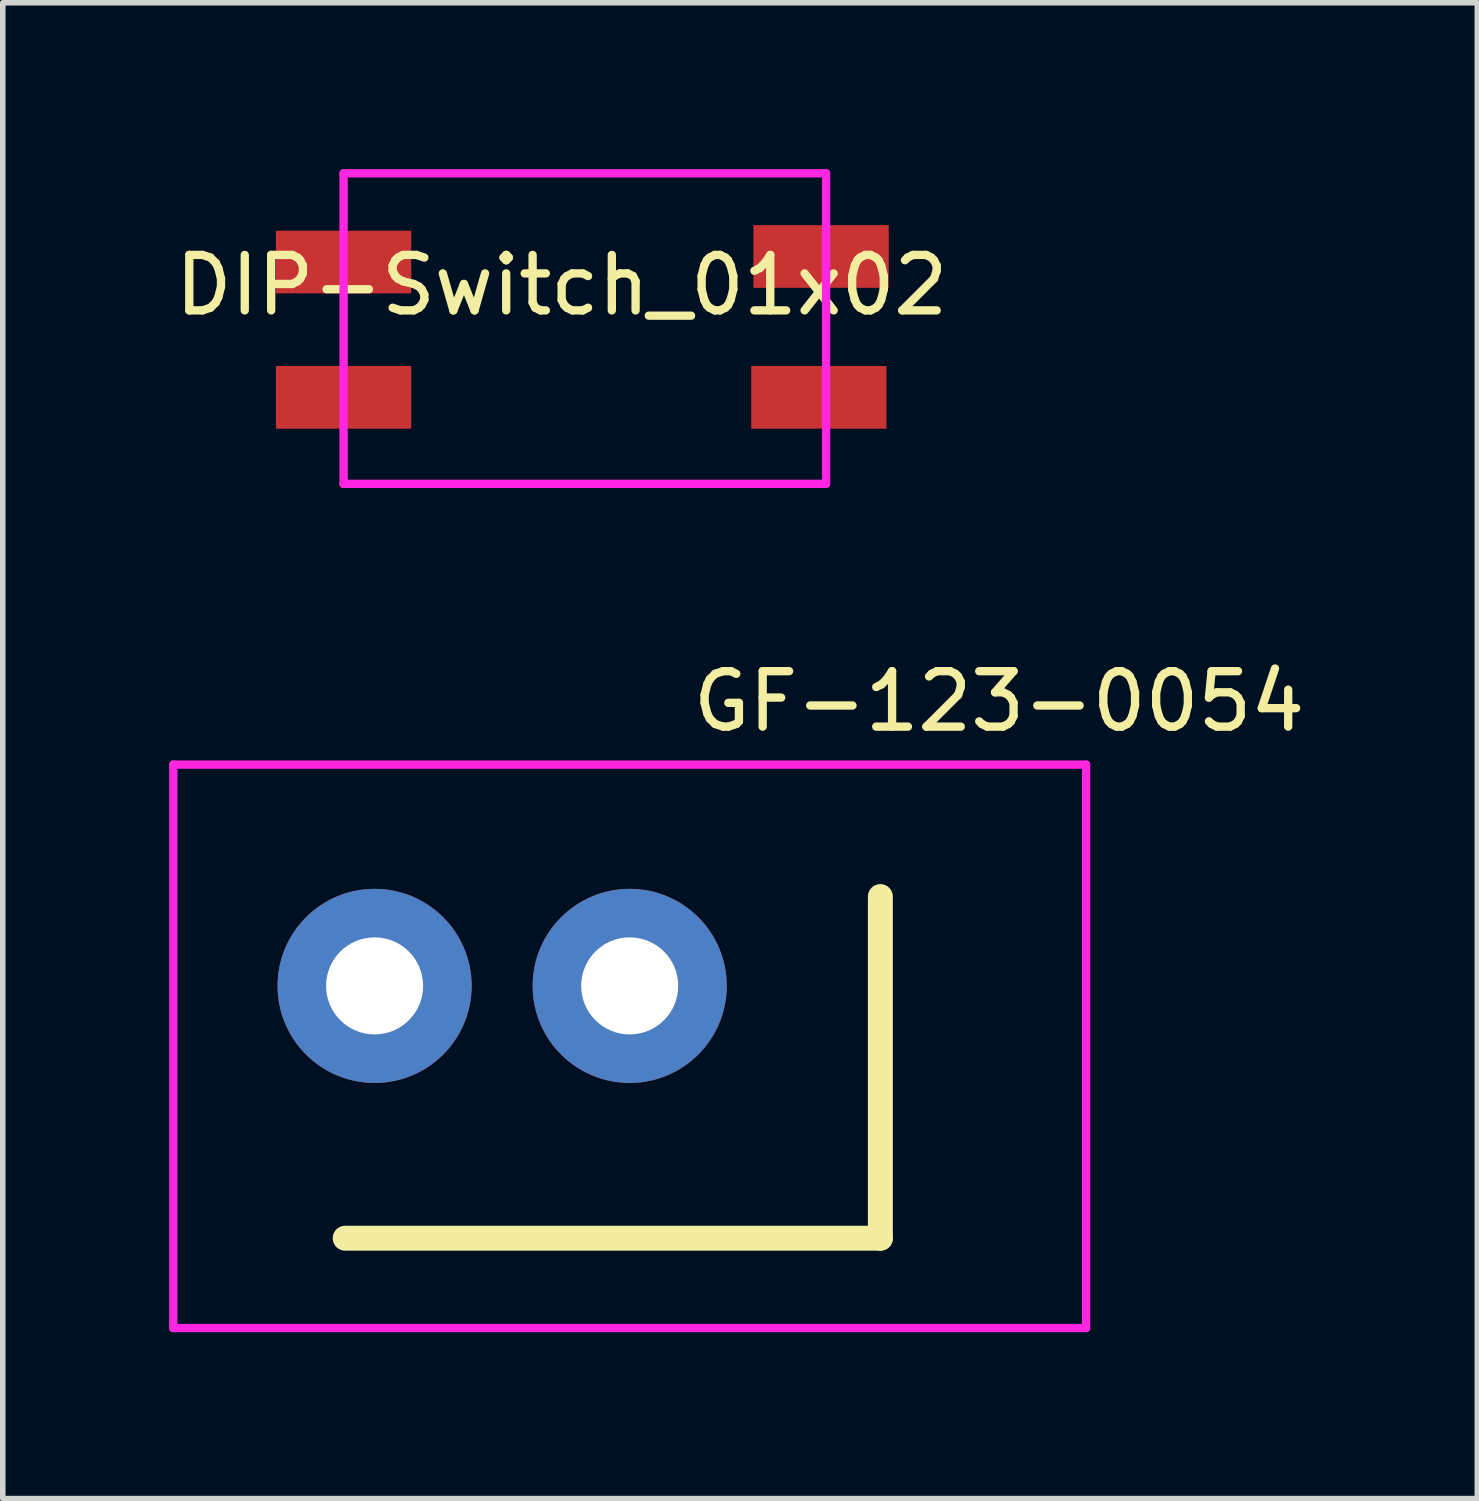
<source format=kicad_pcb>
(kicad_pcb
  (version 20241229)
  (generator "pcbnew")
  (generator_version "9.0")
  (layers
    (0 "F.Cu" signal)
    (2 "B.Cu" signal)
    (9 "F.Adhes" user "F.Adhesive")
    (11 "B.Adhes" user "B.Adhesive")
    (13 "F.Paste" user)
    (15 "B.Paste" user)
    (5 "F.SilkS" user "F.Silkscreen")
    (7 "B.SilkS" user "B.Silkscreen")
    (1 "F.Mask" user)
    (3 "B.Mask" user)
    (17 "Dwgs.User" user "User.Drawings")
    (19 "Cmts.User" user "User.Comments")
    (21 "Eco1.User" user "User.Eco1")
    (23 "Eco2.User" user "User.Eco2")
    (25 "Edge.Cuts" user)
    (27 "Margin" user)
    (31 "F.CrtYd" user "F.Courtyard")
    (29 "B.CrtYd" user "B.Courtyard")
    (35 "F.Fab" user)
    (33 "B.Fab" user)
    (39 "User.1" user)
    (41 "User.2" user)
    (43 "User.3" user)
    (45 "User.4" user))
  (footprint "DIP-Switch_01x02"
    (layer "F.Cu")
    (at 3.146 1.575)
    (property "Reference" "DIP-Switch_01x02" (at 3.932 0.517 0) (layer "F.SilkS") (effects (font (size 1 1) (thickness 0.15))))
    (attr through_hole)
    (fp_line (start 0 -1.5) (end 8.7 -1.5) (stroke (width 0.15) (type solid)) (layer "F.CrtYd"))
    (fp_line (start 0 4.1) (end 0 -1.5) (stroke (width 0.15) (type solid)) (layer "F.CrtYd"))
    (fp_line (start 8.7 -1.5) (end 8.7 4.1) (stroke (width 0.15) (type solid)) (layer "F.CrtYd"))
    (fp_line (start 8.7 4.1) (end 0 4.1) (stroke (width 0.15) (type solid)) (layer "F.CrtYd"))
    (pad "1" smd rect (at 0 0.1 90) (size 1.13 2.44) (layers "F.Cu" "F.Mask" "F.Paste"))
    (pad "2" smd rect (at 0 2.54 90) (size 1.13 2.44) (layers "F.Cu" "F.Mask" "F.Paste"))
    (pad "3" smd rect (at 8.57 2.54 90) (size 1.13 2.44) (layers "F.Cu" "F.Mask" "F.Paste"))
    (pad "4" smd rect (at 8.61 0 90) (size 1.13 2.44) (layers "F.Cu" "F.Mask" "F.Paste")))
  (footprint "GF-123-0054"
    (layer "F.Cu")
    (at 8.305 15.818)
    (property "Reference" "GF-123-0054" (at 6.66 -6.22 0) (layer "F.SilkS") (effects (font (size 1 1) (thickness 0.15))))
    (attr through_hole)
    (fp_line (start 4.52 -2.7) (end 4.52 3.46) (stroke (width 0.45) (type solid)) (layer "F.SilkS"))
    (fp_line (start 4.52 3.46) (end -5.13 3.46) (stroke (width 0.45) (type solid)) (layer "F.SilkS"))
    (fp_line (start -8.23 -5.08) (end -8.23 5.08) (stroke (width 0.15) (type solid)) (layer "F.CrtYd"))
    (fp_line (start -8.23 -5.08) (end 8.23 -5.08) (stroke (width 0.15) (type solid)) (layer "F.CrtYd"))
    (fp_line (start -8.23 5.08) (end 8.23 5.08) (stroke (width 0.15) (type solid)) (layer "F.CrtYd"))
    (fp_line (start 8.23 -5.08) (end 8.23 5.08) (stroke (width 0.15) (type solid)) (layer "F.CrtYd"))
    (pad "1" thru_hole circle (at -4.6 -1.09) (size 3.5 3.5) (drill 1.75) (layers "*.Cu" "*.Mask"))
    (pad "2" thru_hole circle (at 0 -1.09) (size 3.5 3.5) (drill 1.75) (layers "*.Cu" "*.Mask")))
  (gr_rect
    (start -3 -3)
    (end 23.59 23.973)
    (stroke (width 0.1) (type default))
    (fill no)
    (layer "Edge.Cuts")))
</source>
